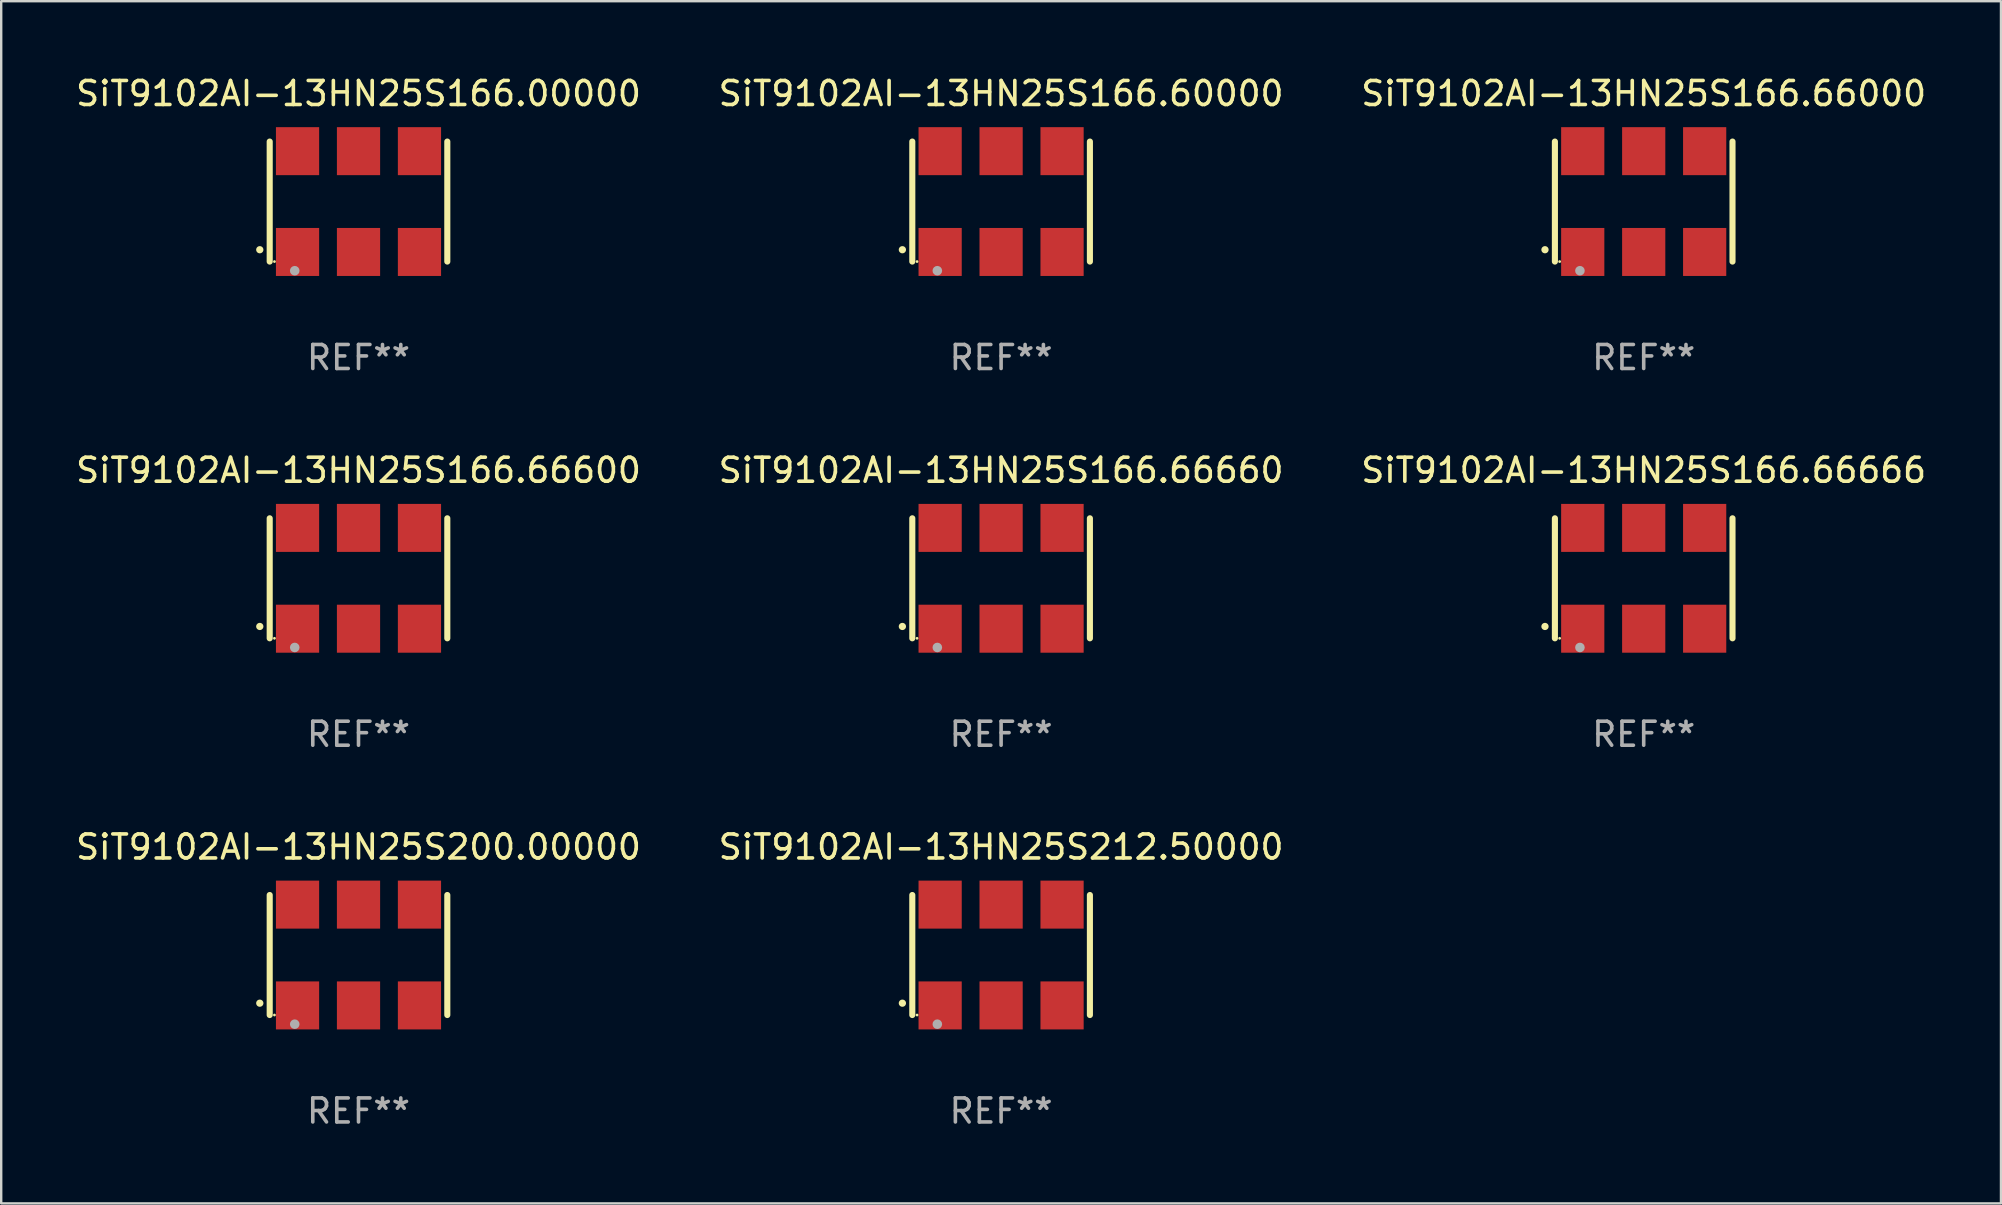
<source format=kicad_pcb>
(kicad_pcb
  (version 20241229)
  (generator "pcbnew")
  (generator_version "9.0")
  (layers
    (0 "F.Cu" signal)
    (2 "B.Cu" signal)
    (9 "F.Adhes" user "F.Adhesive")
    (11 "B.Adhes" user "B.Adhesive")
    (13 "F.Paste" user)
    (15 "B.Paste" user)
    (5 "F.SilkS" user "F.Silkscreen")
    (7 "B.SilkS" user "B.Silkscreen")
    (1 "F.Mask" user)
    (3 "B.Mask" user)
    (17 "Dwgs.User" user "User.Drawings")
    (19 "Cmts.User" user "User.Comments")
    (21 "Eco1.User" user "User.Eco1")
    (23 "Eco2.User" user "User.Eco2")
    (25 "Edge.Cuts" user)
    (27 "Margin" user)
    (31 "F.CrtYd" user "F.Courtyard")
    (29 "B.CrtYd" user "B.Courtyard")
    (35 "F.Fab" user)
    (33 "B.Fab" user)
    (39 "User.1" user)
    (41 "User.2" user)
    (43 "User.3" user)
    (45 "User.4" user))
  (footprint "SiT9102AI-13HN25S166.60000"
    (layer "F.Cu")
    (at 38.661 5.348)
    (property "Reference" "SiT9102AI-13HN25S166.60000" (at 0 -4.5 0) (layer "F.SilkS") (effects (font (size 1 1) (thickness 0.15))))
    (attr through_hole)
    (fp_line (start -3.7 -2.5) (end -3.7 2.5) (stroke (width 0.254) (type solid)) (layer "F.SilkS"))
    (fp_line (start 3.7 -2.5) (end 3.7 2.5) (stroke (width 0.254) (type solid)) (layer "F.SilkS"))
    (fp_arc (start -4.114415 2.006604) (mid -4.113145 2.006599) (end -4.111875 2.006604) (stroke (width 0.3) (type solid)) (layer "F.SilkS"))
    (fp_circle (center -3.502 2.5) (end -3.472 2.5) (stroke (width 0.06) (type solid)) (fill no) (layer "F.SilkS"))
    (fp_circle (center -2.657 2.882) (end -2.557 2.882) (stroke (width 0.2) (type solid)) (fill no) (layer "F.Fab"))
    (fp_text user "REF**" (at 0 6.5 0) (layer "F.Fab") (effects (font (size 1 1) (thickness 0.15))))
    (pad "1" smd rect (at -2.54 2.1) (size 1.8 2) (layers "F.Cu" "F.Mask" "F.Paste"))
    (pad "2" smd rect (at 0.000394 2.1) (size 1.8 2) (layers "F.Cu" "F.Mask" "F.Paste"))
    (pad "3" smd rect (at 2.54 2.1) (size 1.8 2) (layers "F.Cu" "F.Mask" "F.Paste"))
    (pad "4" smd rect (at 2.54 -2.1) (size 1.8 2) (layers "F.Cu" "F.Mask" "F.Paste"))
    (pad "5" smd rect (at 0.000394 -2.1) (size 1.8 2) (layers "F.Cu" "F.Mask" "F.Paste"))
    (pad "6" smd rect (at -2.54 -2.1) (size 1.8 2) (layers "F.Cu" "F.Mask" "F.Paste")))
  (footprint "SiT9102AI-13HN25S212.50000"
    (layer "F.Cu")
    (at 38.661 36.741)
    (property "Reference" "SiT9102AI-13HN25S212.50000" (at 0 -4.5 0) (layer "F.SilkS") (effects (font (size 1 1) (thickness 0.15))))
    (attr through_hole)
    (fp_line (start -3.7 -2.5) (end -3.7 2.5) (stroke (width 0.254) (type solid)) (layer "F.SilkS"))
    (fp_line (start 3.7 -2.5) (end 3.7 2.5) (stroke (width 0.254) (type solid)) (layer "F.SilkS"))
    (fp_arc (start -4.114415 2.006604) (mid -4.113145 2.006599) (end -4.111875 2.006604) (stroke (width 0.3) (type solid)) (layer "F.SilkS"))
    (fp_circle (center -3.502 2.5) (end -3.472 2.5) (stroke (width 0.06) (type solid)) (fill no) (layer "F.SilkS"))
    (fp_circle (center -2.657 2.882) (end -2.557 2.882) (stroke (width 0.2) (type solid)) (fill no) (layer "F.Fab"))
    (fp_text user "REF**" (at 0 6.5 0) (layer "F.Fab") (effects (font (size 1 1) (thickness 0.15))))
    (pad "1" smd rect (at -2.54 2.1) (size 1.8 2) (layers "F.Cu" "F.Mask" "F.Paste"))
    (pad "2" smd rect (at 0.000394 2.1) (size 1.8 2) (layers "F.Cu" "F.Mask" "F.Paste"))
    (pad "3" smd rect (at 2.54 2.1) (size 1.8 2) (layers "F.Cu" "F.Mask" "F.Paste"))
    (pad "4" smd rect (at 2.54 -2.1) (size 1.8 2) (layers "F.Cu" "F.Mask" "F.Paste"))
    (pad "5" smd rect (at 0.000394 -2.1) (size 1.8 2) (layers "F.Cu" "F.Mask" "F.Paste"))
    (pad "6" smd rect (at -2.54 -2.1) (size 1.8 2) (layers "F.Cu" "F.Mask" "F.Paste")))
  (footprint "SiT9102AI-13HN25S166.66000"
    (layer "F.Cu")
    (at 65.435 5.348)
    (property "Reference" "SiT9102AI-13HN25S166.66000" (at 0 -4.5 0) (layer "F.SilkS") (effects (font (size 1 1) (thickness 0.15))))
    (attr through_hole)
    (fp_line (start -3.7 -2.5) (end -3.7 2.5) (stroke (width 0.254) (type solid)) (layer "F.SilkS"))
    (fp_line (start 3.7 -2.5) (end 3.7 2.5) (stroke (width 0.254) (type solid)) (layer "F.SilkS"))
    (fp_arc (start -4.114415 2.006604) (mid -4.113145 2.006599) (end -4.111875 2.006604) (stroke (width 0.3) (type solid)) (layer "F.SilkS"))
    (fp_circle (center -3.502 2.5) (end -3.472 2.5) (stroke (width 0.06) (type solid)) (fill no) (layer "F.SilkS"))
    (fp_circle (center -2.657 2.882) (end -2.557 2.882) (stroke (width 0.2) (type solid)) (fill no) (layer "F.Fab"))
    (fp_text user "REF**" (at 0 6.5 0) (layer "F.Fab") (effects (font (size 1 1) (thickness 0.15))))
    (pad "1" smd rect (at -2.54 2.1) (size 1.8 2) (layers "F.Cu" "F.Mask" "F.Paste"))
    (pad "2" smd rect (at 0.000394 2.1) (size 1.8 2) (layers "F.Cu" "F.Mask" "F.Paste"))
    (pad "3" smd rect (at 2.54 2.1) (size 1.8 2) (layers "F.Cu" "F.Mask" "F.Paste"))
    (pad "4" smd rect (at 2.54 -2.1) (size 1.8 2) (layers "F.Cu" "F.Mask" "F.Paste"))
    (pad "5" smd rect (at 0.000394 -2.1) (size 1.8 2) (layers "F.Cu" "F.Mask" "F.Paste"))
    (pad "6" smd rect (at -2.54 -2.1) (size 1.8 2) (layers "F.Cu" "F.Mask" "F.Paste")))
  (footprint "SiT9102AI-13HN25S166.66660"
    (layer "F.Cu")
    (at 38.661 21.045)
    (property "Reference" "SiT9102AI-13HN25S166.66660" (at 0 -4.5 0) (layer "F.SilkS") (effects (font (size 1 1) (thickness 0.15))))
    (attr through_hole)
    (fp_line (start -3.7 -2.5) (end -3.7 2.5) (stroke (width 0.254) (type solid)) (layer "F.SilkS"))
    (fp_line (start 3.7 -2.5) (end 3.7 2.5) (stroke (width 0.254) (type solid)) (layer "F.SilkS"))
    (fp_arc (start -4.114415 2.006604) (mid -4.113145 2.006599) (end -4.111875 2.006604) (stroke (width 0.3) (type solid)) (layer "F.SilkS"))
    (fp_circle (center -3.502 2.5) (end -3.472 2.5) (stroke (width 0.06) (type solid)) (fill no) (layer "F.SilkS"))
    (fp_circle (center -2.657 2.882) (end -2.557 2.882) (stroke (width 0.2) (type solid)) (fill no) (layer "F.Fab"))
    (fp_text user "REF**" (at 0 6.5 0) (layer "F.Fab") (effects (font (size 1 1) (thickness 0.15))))
    (pad "1" smd rect (at -2.54 2.1) (size 1.8 2) (layers "F.Cu" "F.Mask" "F.Paste"))
    (pad "2" smd rect (at 0.000394 2.1) (size 1.8 2) (layers "F.Cu" "F.Mask" "F.Paste"))
    (pad "3" smd rect (at 2.54 2.1) (size 1.8 2) (layers "F.Cu" "F.Mask" "F.Paste"))
    (pad "4" smd rect (at 2.54 -2.1) (size 1.8 2) (layers "F.Cu" "F.Mask" "F.Paste"))
    (pad "5" smd rect (at 0.000394 -2.1) (size 1.8 2) (layers "F.Cu" "F.Mask" "F.Paste"))
    (pad "6" smd rect (at -2.54 -2.1) (size 1.8 2) (layers "F.Cu" "F.Mask" "F.Paste")))
  (footprint "SiT9102AI-13HN25S166.66600"
    (layer "F.Cu")
    (at 11.887 21.045)
    (property "Reference" "SiT9102AI-13HN25S166.66600" (at 0 -4.5 0) (layer "F.SilkS") (effects (font (size 1 1) (thickness 0.15))))
    (attr through_hole)
    (fp_line (start -3.7 -2.5) (end -3.7 2.5) (stroke (width 0.254) (type solid)) (layer "F.SilkS"))
    (fp_line (start 3.7 -2.5) (end 3.7 2.5) (stroke (width 0.254) (type solid)) (layer "F.SilkS"))
    (fp_arc (start -4.114415 2.006604) (mid -4.113145 2.006599) (end -4.111875 2.006604) (stroke (width 0.3) (type solid)) (layer "F.SilkS"))
    (fp_circle (center -3.502 2.5) (end -3.472 2.5) (stroke (width 0.06) (type solid)) (fill no) (layer "F.SilkS"))
    (fp_circle (center -2.657 2.882) (end -2.557 2.882) (stroke (width 0.2) (type solid)) (fill no) (layer "F.Fab"))
    (fp_text user "REF**" (at 0 6.5 0) (layer "F.Fab") (effects (font (size 1 1) (thickness 0.15))))
    (pad "1" smd rect (at -2.54 2.1) (size 1.8 2) (layers "F.Cu" "F.Mask" "F.Paste"))
    (pad "2" smd rect (at 0.000394 2.1) (size 1.8 2) (layers "F.Cu" "F.Mask" "F.Paste"))
    (pad "3" smd rect (at 2.54 2.1) (size 1.8 2) (layers "F.Cu" "F.Mask" "F.Paste"))
    (pad "4" smd rect (at 2.54 -2.1) (size 1.8 2) (layers "F.Cu" "F.Mask" "F.Paste"))
    (pad "5" smd rect (at 0.000394 -2.1) (size 1.8 2) (layers "F.Cu" "F.Mask" "F.Paste"))
    (pad "6" smd rect (at -2.54 -2.1) (size 1.8 2) (layers "F.Cu" "F.Mask" "F.Paste")))
  (footprint "SiT9102AI-13HN25S166.00000"
    (layer "F.Cu")
    (at 11.887 5.348)
    (property "Reference" "SiT9102AI-13HN25S166.00000" (at 0 -4.5 0) (layer "F.SilkS") (effects (font (size 1 1) (thickness 0.15))))
    (attr through_hole)
    (fp_line (start -3.7 -2.5) (end -3.7 2.5) (stroke (width 0.254) (type solid)) (layer "F.SilkS"))
    (fp_line (start 3.7 -2.5) (end 3.7 2.5) (stroke (width 0.254) (type solid)) (layer "F.SilkS"))
    (fp_arc (start -4.114415 2.006604) (mid -4.113145 2.006599) (end -4.111875 2.006604) (stroke (width 0.3) (type solid)) (layer "F.SilkS"))
    (fp_circle (center -3.502 2.5) (end -3.472 2.5) (stroke (width 0.06) (type solid)) (fill no) (layer "F.SilkS"))
    (fp_circle (center -2.657 2.882) (end -2.557 2.882) (stroke (width 0.2) (type solid)) (fill no) (layer "F.Fab"))
    (fp_text user "REF**" (at 0 6.5 0) (layer "F.Fab") (effects (font (size 1 1) (thickness 0.15))))
    (pad "1" smd rect (at -2.54 2.1) (size 1.8 2) (layers "F.Cu" "F.Mask" "F.Paste"))
    (pad "2" smd rect (at 0.000394 2.1) (size 1.8 2) (layers "F.Cu" "F.Mask" "F.Paste"))
    (pad "3" smd rect (at 2.54 2.1) (size 1.8 2) (layers "F.Cu" "F.Mask" "F.Paste"))
    (pad "4" smd rect (at 2.54 -2.1) (size 1.8 2) (layers "F.Cu" "F.Mask" "F.Paste"))
    (pad "5" smd rect (at 0.000394 -2.1) (size 1.8 2) (layers "F.Cu" "F.Mask" "F.Paste"))
    (pad "6" smd rect (at -2.54 -2.1) (size 1.8 2) (layers "F.Cu" "F.Mask" "F.Paste")))
  (footprint "SiT9102AI-13HN25S200.00000"
    (layer "F.Cu")
    (at 11.887 36.741)
    (property "Reference" "SiT9102AI-13HN25S200.00000" (at 0 -4.5 0) (layer "F.SilkS") (effects (font (size 1 1) (thickness 0.15))))
    (attr through_hole)
    (fp_line (start -3.7 -2.5) (end -3.7 2.5) (stroke (width 0.254) (type solid)) (layer "F.SilkS"))
    (fp_line (start 3.7 -2.5) (end 3.7 2.5) (stroke (width 0.254) (type solid)) (layer "F.SilkS"))
    (fp_arc (start -4.114415 2.006604) (mid -4.113145 2.006599) (end -4.111875 2.006604) (stroke (width 0.3) (type solid)) (layer "F.SilkS"))
    (fp_circle (center -3.502 2.5) (end -3.472 2.5) (stroke (width 0.06) (type solid)) (fill no) (layer "F.SilkS"))
    (fp_circle (center -2.657 2.882) (end -2.557 2.882) (stroke (width 0.2) (type solid)) (fill no) (layer "F.Fab"))
    (fp_text user "REF**" (at 0 6.5 0) (layer "F.Fab") (effects (font (size 1 1) (thickness 0.15))))
    (pad "1" smd rect (at -2.54 2.1) (size 1.8 2) (layers "F.Cu" "F.Mask" "F.Paste"))
    (pad "2" smd rect (at 0.000394 2.1) (size 1.8 2) (layers "F.Cu" "F.Mask" "F.Paste"))
    (pad "3" smd rect (at 2.54 2.1) (size 1.8 2) (layers "F.Cu" "F.Mask" "F.Paste"))
    (pad "4" smd rect (at 2.54 -2.1) (size 1.8 2) (layers "F.Cu" "F.Mask" "F.Paste"))
    (pad "5" smd rect (at 0.000394 -2.1) (size 1.8 2) (layers "F.Cu" "F.Mask" "F.Paste"))
    (pad "6" smd rect (at -2.54 -2.1) (size 1.8 2) (layers "F.Cu" "F.Mask" "F.Paste")))
  (footprint "SiT9102AI-13HN25S166.66666"
    (layer "F.Cu")
    (at 65.435 21.045)
    (property "Reference" "SiT9102AI-13HN25S166.66666" (at 0 -4.5 0) (layer "F.SilkS") (effects (font (size 1 1) (thickness 0.15))))
    (attr through_hole)
    (fp_line (start -3.7 -2.5) (end -3.7 2.5) (stroke (width 0.254) (type solid)) (layer "F.SilkS"))
    (fp_line (start 3.7 -2.5) (end 3.7 2.5) (stroke (width 0.254) (type solid)) (layer "F.SilkS"))
    (fp_arc (start -4.114415 2.006604) (mid -4.113145 2.006599) (end -4.111875 2.006604) (stroke (width 0.3) (type solid)) (layer "F.SilkS"))
    (fp_circle (center -3.502 2.5) (end -3.472 2.5) (stroke (width 0.06) (type solid)) (fill no) (layer "F.SilkS"))
    (fp_circle (center -2.657 2.882) (end -2.557 2.882) (stroke (width 0.2) (type solid)) (fill no) (layer "F.Fab"))
    (fp_text user "REF**" (at 0 6.5 0) (layer "F.Fab") (effects (font (size 1 1) (thickness 0.15))))
    (pad "1" smd rect (at -2.54 2.1) (size 1.8 2) (layers "F.Cu" "F.Mask" "F.Paste"))
    (pad "2" smd rect (at 0.000394 2.1) (size 1.8 2) (layers "F.Cu" "F.Mask" "F.Paste"))
    (pad "3" smd rect (at 2.54 2.1) (size 1.8 2) (layers "F.Cu" "F.Mask" "F.Paste"))
    (pad "4" smd rect (at 2.54 -2.1) (size 1.8 2) (layers "F.Cu" "F.Mask" "F.Paste"))
    (pad "5" smd rect (at 0.000394 -2.1) (size 1.8 2) (layers "F.Cu" "F.Mask" "F.Paste"))
    (pad "6" smd rect (at -2.54 -2.1) (size 1.8 2) (layers "F.Cu" "F.Mask" "F.Paste")))
  (gr_rect
    (start -3 -3)
    (end 80.321 47.09)
    (stroke (width 0.1) (type default))
    (fill no)
    (layer "Edge.Cuts")))
</source>
